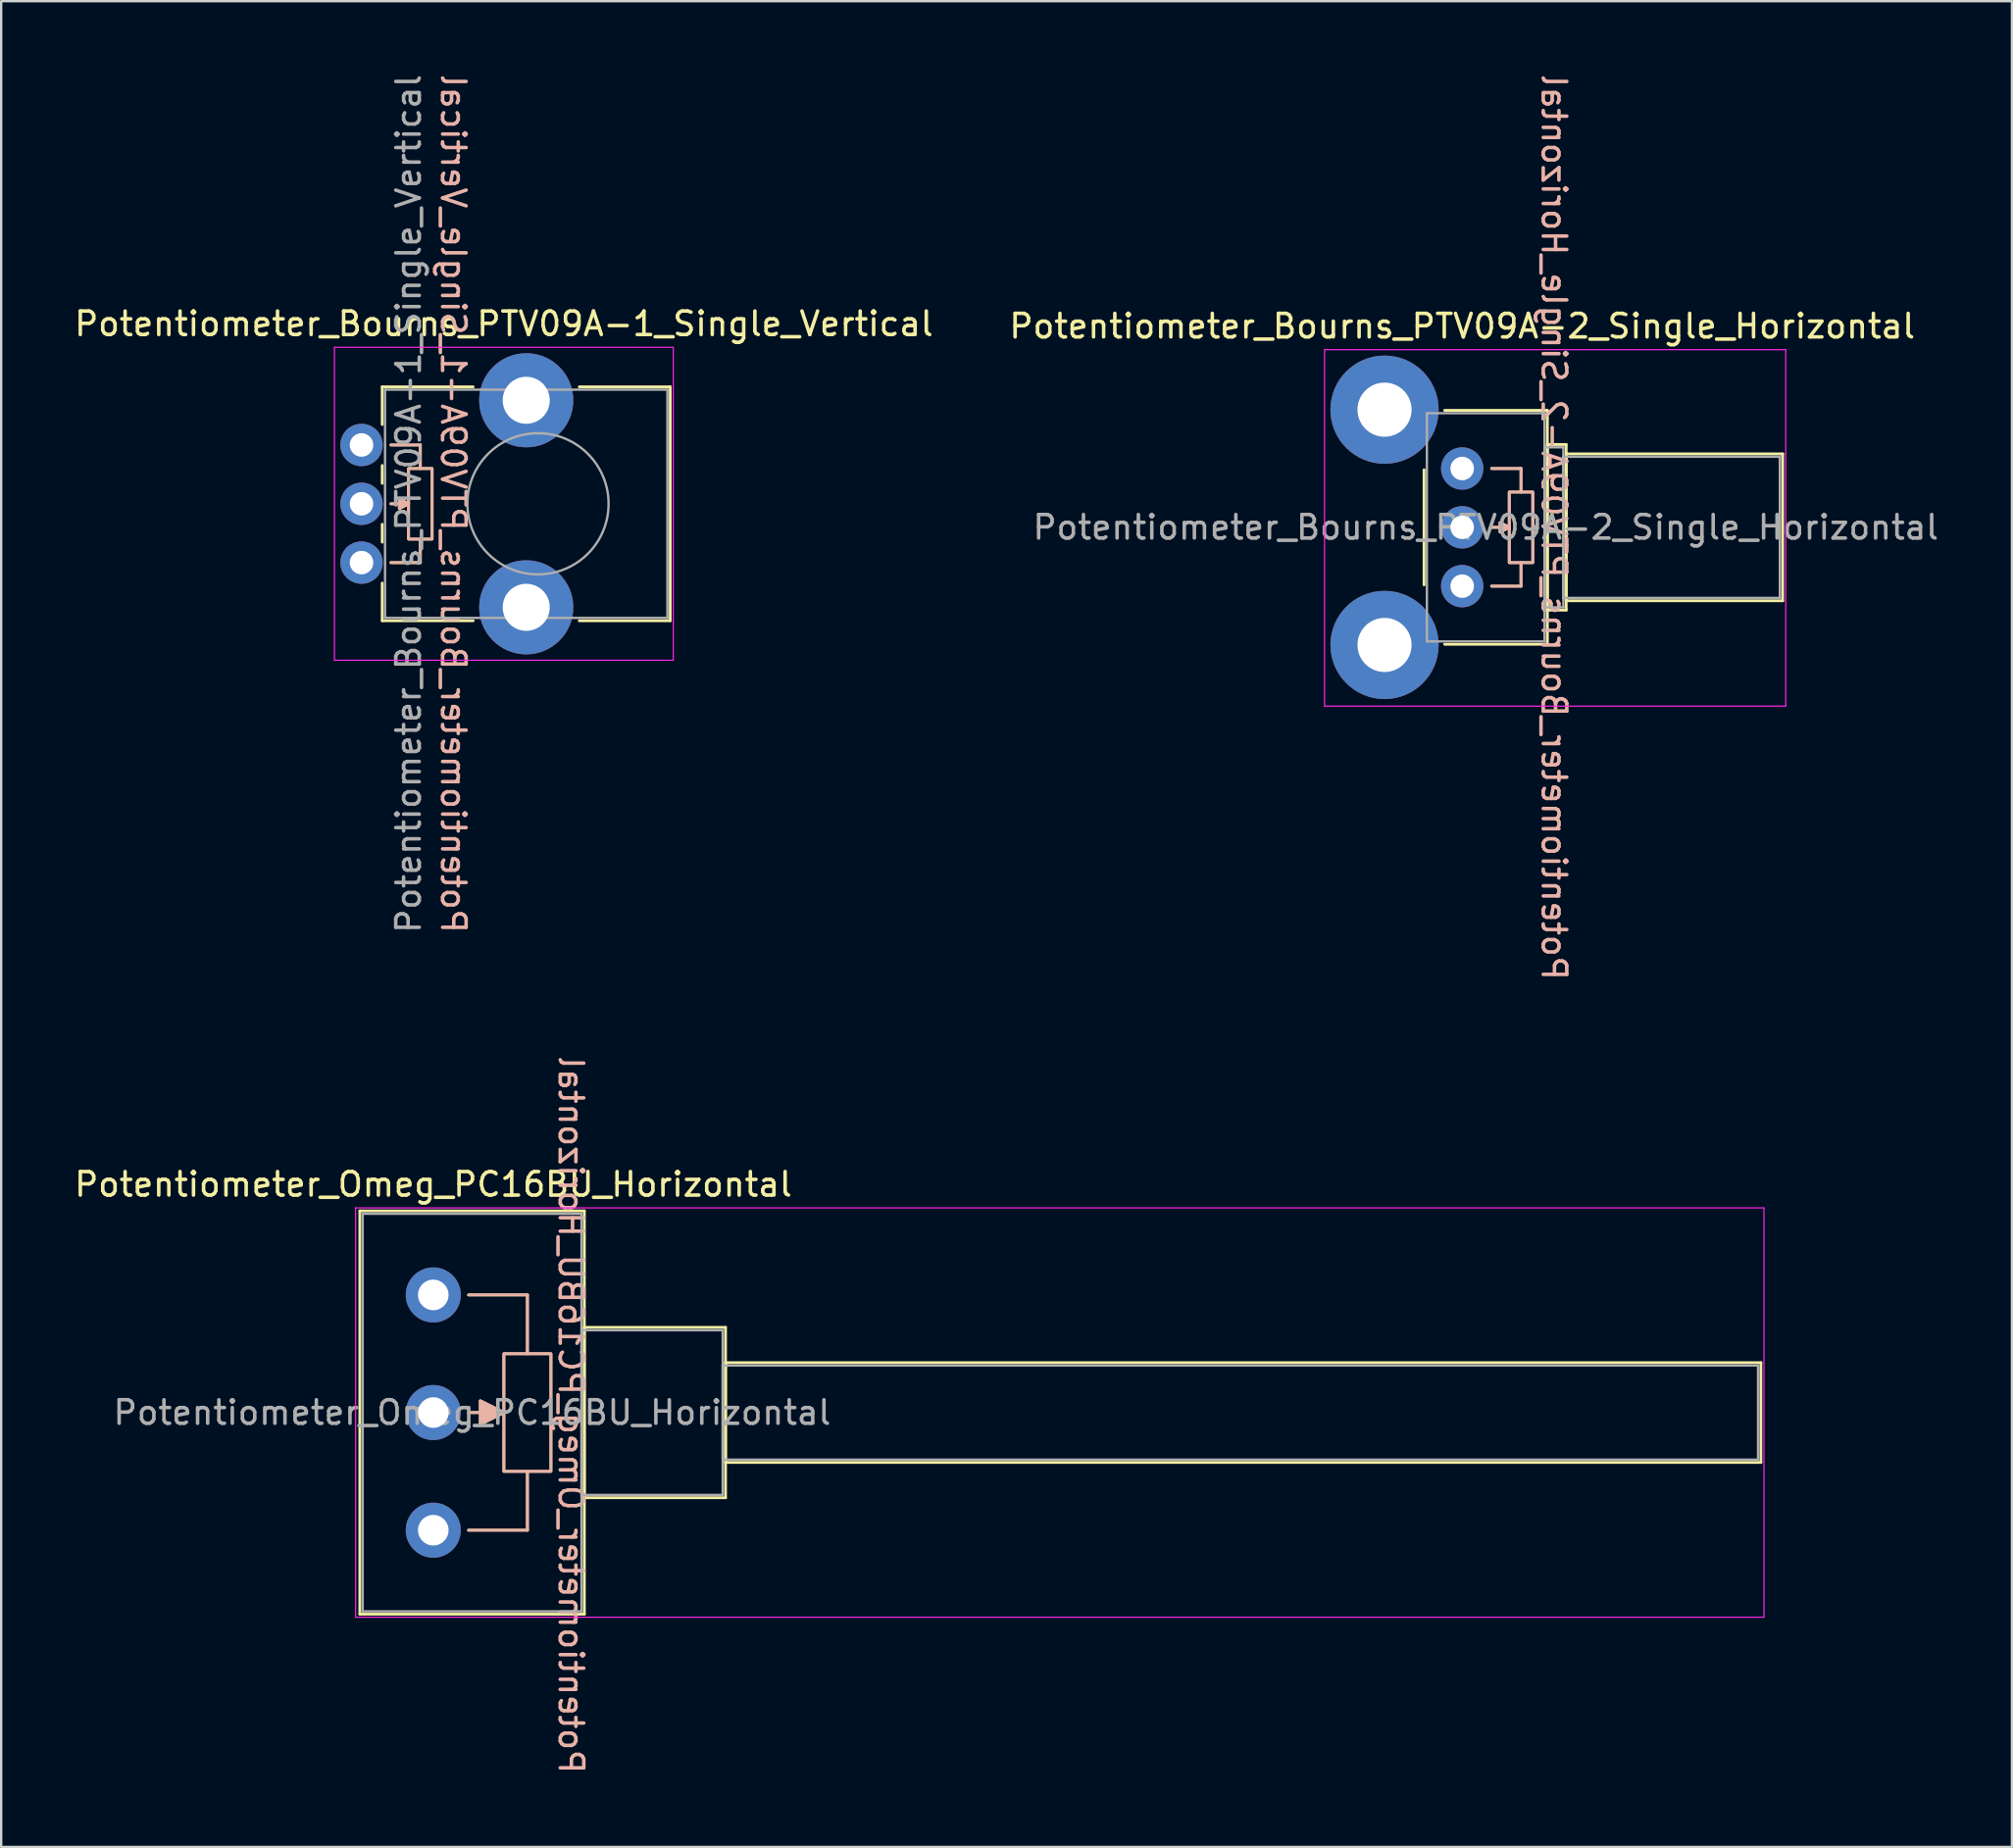
<source format=kicad_pcb>
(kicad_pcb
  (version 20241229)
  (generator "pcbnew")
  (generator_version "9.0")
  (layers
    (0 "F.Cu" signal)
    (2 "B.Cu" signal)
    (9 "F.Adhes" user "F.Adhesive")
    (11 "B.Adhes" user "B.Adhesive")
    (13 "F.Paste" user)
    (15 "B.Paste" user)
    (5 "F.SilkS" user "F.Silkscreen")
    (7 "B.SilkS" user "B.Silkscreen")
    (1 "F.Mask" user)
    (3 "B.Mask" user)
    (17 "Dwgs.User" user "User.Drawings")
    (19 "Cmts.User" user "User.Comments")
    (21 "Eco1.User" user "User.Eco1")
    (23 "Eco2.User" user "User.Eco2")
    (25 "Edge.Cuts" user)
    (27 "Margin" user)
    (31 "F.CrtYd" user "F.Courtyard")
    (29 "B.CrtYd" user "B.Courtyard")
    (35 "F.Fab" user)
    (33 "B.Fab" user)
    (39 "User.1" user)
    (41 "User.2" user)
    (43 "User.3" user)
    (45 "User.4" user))
  (footprint "Potentiometer_Bourns_PTV09A-2_Single_Horizontal"
    (layer "F.Cu")
    (at 59.089 21.863)
    (property "Reference" "Potentiometer_Bourns_PTV09A-2_Single_Horizontal" (at 0 -11.05 0) (layer "F.SilkS") (effects (font (size 1 1) (thickness 0.15))))
    (attr through_hole)
    (fp_line (start -1.62 -4.944) (end -1.62 -0.055) (stroke (width 0.12) (type solid)) (layer "F.SilkS"))
    (fp_line (start -0.745 -7.47) (end 3.62 -7.47) (stroke (width 0.12) (type solid)) (layer "F.SilkS"))
    (fp_line (start -0.745 2.47) (end 3.62 2.47) (stroke (width 0.12) (type solid)) (layer "F.SilkS"))
    (fp_line (start 2 -2.5) (end 1.25 -2.5) (stroke (width 0.12) (type solid)) (layer "F.SilkS"))
    (fp_line (start 2.5 -5) (end 1.25 -5) (stroke (width 0.12) (type solid)) (layer "F.SilkS"))
    (fp_line (start 2.5 -4) (end 2.5 -5) (stroke (width 0.12) (type solid)) (layer "F.SilkS"))
    (fp_line (start 2.5 -1) (end 2.5 0) (stroke (width 0.12) (type solid)) (layer "F.SilkS"))
    (fp_line (start 2.5 0) (end 1.25 0) (stroke (width 0.12) (type solid)) (layer "F.SilkS"))
    (fp_line (start 3.62 -7.47) (end 3.62 2.47) (stroke (width 0.12) (type solid)) (layer "F.SilkS"))
    (fp_line (start 3.62 -6.02) (end 3.62 1.02) (stroke (width 0.12) (type solid)) (layer "F.SilkS"))
    (fp_line (start 3.62 -6.02) (end 4.42 -6.02) (stroke (width 0.12) (type solid)) (layer "F.SilkS"))
    (fp_line (start 3.62 1.02) (end 4.42 1.02) (stroke (width 0.12) (type solid)) (layer "F.SilkS"))
    (fp_line (start 4.42 -6.02) (end 4.42 1.02) (stroke (width 0.12) (type solid)) (layer "F.SilkS"))
    (fp_line (start 4.42 -5.62) (end 4.42 0.62) (stroke (width 0.12) (type solid)) (layer "F.SilkS"))
    (fp_line (start 4.42 -5.62) (end 13.62 -5.62) (stroke (width 0.12) (type solid)) (layer "F.SilkS"))
    (fp_line (start 4.42 0.62) (end 13.62 0.62) (stroke (width 0.12) (type solid)) (layer "F.SilkS"))
    (fp_line (start 13.62 -5.62) (end 13.62 0.62) (stroke (width 0.12) (type solid)) (layer "F.SilkS"))
    (fp_rect (start 2 -4) (end 3 -1) (stroke (width 0.12) (type solid)) (fill no) (layer "F.SilkS"))
    (fp_poly (pts (xy 2 -2.5) (xy 1.625 -2.3) (xy 1.625 -2.7)) (stroke (width 0.12) (type solid)) (fill yes) (layer "F.SilkS"))
    (fp_line (start 1.25 -5) (end 2.5 -5) (stroke (width 0.12) (type solid)) (layer "B.SilkS"))
    (fp_line (start 1.25 -2.5) (end 2 -2.5) (stroke (width 0.12) (type solid)) (layer "B.SilkS"))
    (fp_line (start 1.25 0) (end 2.5 0) (stroke (width 0.12) (type solid)) (layer "B.SilkS"))
    (fp_line (start 2.5 -5) (end 2.5 -4) (stroke (width 0.12) (type solid)) (layer "B.SilkS"))
    (fp_line (start 2.5 0) (end 2.5 -1) (stroke (width 0.12) (type solid)) (layer "B.SilkS"))
    (fp_rect (start 2 -4) (end 3 -1) (stroke (width 0.12) (type solid)) (fill no) (layer "B.SilkS"))
    (fp_poly (pts (xy 2 -2.5) (xy 1.6 -2.3) (xy 1.6 -2.7)) (stroke (width 0.12) (type solid)) (fill yes) (layer "B.SilkS"))
    (fp_line (start -5.85 -10.05) (end -5.85 5.1) (stroke (width 0.05) (type solid)) (layer "F.CrtYd"))
    (fp_line (start -5.85 5.1) (end 13.75 5.1) (stroke (width 0.05) (type solid)) (layer "F.CrtYd"))
    (fp_line (start 13.75 -10.05) (end -5.85 -10.05) (stroke (width 0.05) (type solid)) (layer "F.CrtYd"))
    (fp_line (start 13.75 5.1) (end 13.75 -10.05) (stroke (width 0.05) (type solid)) (layer "F.CrtYd"))
    (fp_line (start -1.5 -7.35) (end -1.5 2.35) (stroke (width 0.1) (type solid)) (layer "F.Fab"))
    (fp_line (start -1.5 2.35) (end 3.5 2.35) (stroke (width 0.1) (type solid)) (layer "F.Fab"))
    (fp_line (start 3.5 -7.35) (end -1.5 -7.35) (stroke (width 0.1) (type solid)) (layer "F.Fab"))
    (fp_line (start 3.5 -5.9) (end 3.5 0.9) (stroke (width 0.1) (type solid)) (layer "F.Fab"))
    (fp_line (start 3.5 0.9) (end 4.3 0.9) (stroke (width 0.1) (type solid)) (layer "F.Fab"))
    (fp_line (start 3.5 2.35) (end 3.5 -7.35) (stroke (width 0.1) (type solid)) (layer "F.Fab"))
    (fp_line (start 4.3 -5.9) (end 3.5 -5.9) (stroke (width 0.1) (type solid)) (layer "F.Fab"))
    (fp_line (start 4.3 -5.5) (end 4.3 0.5) (stroke (width 0.1) (type solid)) (layer "F.Fab"))
    (fp_line (start 4.3 0.5) (end 13.5 0.5) (stroke (width 0.1) (type solid)) (layer "F.Fab"))
    (fp_line (start 4.3 0.9) (end 4.3 -5.9) (stroke (width 0.1) (type solid)) (layer "F.Fab"))
    (fp_line (start 13.5 -5.5) (end 4.3 -5.5) (stroke (width 0.1) (type solid)) (layer "F.Fab"))
    (fp_line (start 13.5 0.5) (end 13.5 -5.5) (stroke (width 0.1) (type solid)) (layer "F.Fab"))
    (fp_text user "${REFERENCE}" (at 3.9 -2.5 270) (unlocked yes) (layer "B.SilkS") (effects (font (size 1 1) (thickness 0.15)) (justify mirror)))
    (fp_text user "${REFERENCE}" (at 1 -2.5 0) (layer "F.Fab") (effects (font (size 1 1) (thickness 0.15))))
    (pad "" thru_hole circle (at -3.3 -7.5) (size 4.6 4.6) (drill 2.3) (layers "*.Cu" "*.Mask"))
    (pad "" thru_hole circle (at -3.3 2.5) (size 4.6 4.6) (drill 2.3) (layers "*.Cu" "*.Mask"))
    (pad "1" thru_hole circle (at 0 0) (size 1.8 1.8) (drill 1) (layers "*.Cu" "*.Mask"))
    (pad "2" thru_hole circle (at 0 -2.5) (size 1.8 1.8) (drill 1) (layers "*.Cu" "*.Mask"))
    (pad "3" thru_hole circle (at 0 -5) (size 1.8 1.8) (drill 1) (layers "*.Cu" "*.Mask")))
  (footprint "Potentiometer_Bourns_PTV09A-1_Single_Vertical"
    (layer "F.Cu")
    (at 12.313 20.863)
    (property "Reference" "Potentiometer_Bourns_PTV09A-1_Single_Vertical" (at 6.05 -10.15 0) (layer "F.SilkS") (effects (font (size 1 1) (thickness 0.15))))
    (attr through_hole)
    (fp_line (start 0.88 -7.47) (end 0.88 -5.871) (stroke (width 0.12) (type solid)) (layer "F.SilkS"))
    (fp_line (start 0.88 -7.47) (end 4.745 -7.47) (stroke (width 0.12) (type solid)) (layer "F.SilkS"))
    (fp_line (start 0.88 -4.129) (end 0.88 -3.37) (stroke (width 0.12) (type solid)) (layer "F.SilkS"))
    (fp_line (start 0.88 -1.629) (end 0.88 -0.87) (stroke (width 0.12) (type solid)) (layer "F.SilkS"))
    (fp_line (start 0.88 0.87) (end 0.88 2.47) (stroke (width 0.12) (type solid)) (layer "F.SilkS"))
    (fp_line (start 0.88 2.47) (end 4.745 2.47) (stroke (width 0.12) (type solid)) (layer "F.SilkS"))
    (fp_line (start 2 -2.5) (end 1.25 -2.5) (stroke (width 0.12) (type solid)) (layer "F.SilkS"))
    (fp_line (start 2.5 -5) (end 1.25 -5) (stroke (width 0.12) (type solid)) (layer "F.SilkS"))
    (fp_line (start 2.5 -4) (end 2.5 -5) (stroke (width 0.12) (type solid)) (layer "F.SilkS"))
    (fp_line (start 2.5 -1) (end 2.5 0) (stroke (width 0.12) (type solid)) (layer "F.SilkS"))
    (fp_line (start 2.5 0) (end 1.25 0) (stroke (width 0.12) (type solid)) (layer "F.SilkS"))
    (fp_line (start 9.255 -7.47) (end 13.12 -7.47) (stroke (width 0.12) (type solid)) (layer "F.SilkS"))
    (fp_line (start 9.255 2.47) (end 13.12 2.47) (stroke (width 0.12) (type solid)) (layer "F.SilkS"))
    (fp_line (start 13.12 -7.47) (end 13.12 2.47) (stroke (width 0.12) (type solid)) (layer "F.SilkS"))
    (fp_rect (start 2 -4) (end 3 -1) (stroke (width 0.12) (type solid)) (fill no) (layer "F.SilkS"))
    (fp_poly (pts (xy 2 -2.5) (xy 1.625 -2.3) (xy 1.625 -2.7)) (stroke (width 0.12) (type solid)) (fill yes) (layer "F.SilkS"))
    (fp_line (start 1.25 -5) (end 2.5 -5) (stroke (width 0.12) (type solid)) (layer "B.SilkS"))
    (fp_line (start 1.25 -2.5) (end 2 -2.5) (stroke (width 0.12) (type solid)) (layer "B.SilkS"))
    (fp_line (start 1.25 0) (end 2.5 0) (stroke (width 0.12) (type solid)) (layer "B.SilkS"))
    (fp_line (start 2.5 -5) (end 2.5 -4) (stroke (width 0.12) (type solid)) (layer "B.SilkS"))
    (fp_line (start 2.5 0) (end 2.5 -1) (stroke (width 0.12) (type solid)) (layer "B.SilkS"))
    (fp_rect (start 2 -4) (end 3 -1) (stroke (width 0.12) (type solid)) (fill no) (layer "B.SilkS"))
    (fp_poly (pts (xy 2 -2.5) (xy 1.6 -2.3) (xy 1.6 -2.7)) (stroke (width 0.12) (type solid)) (fill yes) (layer "B.SilkS"))
    (fp_line (start -1.15 -9.15) (end -1.15 4.15) (stroke (width 0.05) (type solid)) (layer "F.CrtYd"))
    (fp_line (start -1.15 4.15) (end 13.25 4.15) (stroke (width 0.05) (type solid)) (layer "F.CrtYd"))
    (fp_line (start 13.25 -9.15) (end -1.15 -9.15) (stroke (width 0.05) (type solid)) (layer "F.CrtYd"))
    (fp_line (start 13.25 4.15) (end 13.25 -9.15) (stroke (width 0.05) (type solid)) (layer "F.CrtYd"))
    (fp_line (start 1 -7.35) (end 1 2.35) (stroke (width 0.1) (type solid)) (layer "F.Fab"))
    (fp_line (start 1 2.35) (end 13 2.35) (stroke (width 0.1) (type solid)) (layer "F.Fab"))
    (fp_line (start 13 -7.35) (end 1 -7.35) (stroke (width 0.1) (type solid)) (layer "F.Fab"))
    (fp_line (start 13 2.35) (end 13 -7.35) (stroke (width 0.1) (type solid)) (layer "F.Fab"))
    (fp_circle (center 7.5 -2.5) (end 10.5 -2.5) (stroke (width 0.1) (type solid)) (fill no) (layer "F.Fab"))
    (fp_text user "${REFERENCE}" (at 3.9 -2.5 270) (unlocked yes) (layer "B.SilkS") (effects (font (size 1 1) (thickness 0.15)) (justify mirror)))
    (fp_text user "${REFERENCE}" (at 2 -2.5 90) (layer "F.Fab") (effects (font (size 1 1) (thickness 0.15))))
    (pad "" np_thru_hole circle (at 7 -6.9) (size 4 4) (drill 2) (layers "*.Cu" "*.Mask"))
    (pad "" np_thru_hole circle (at 7 1.9) (size 4 4) (drill 2) (layers "*.Cu" "*.Mask"))
    (pad "1" thru_hole circle (at 0 0) (size 1.8 1.8) (drill 1) (layers "*.Cu" "*.Mask"))
    (pad "2" thru_hole circle (at 0 -2.5) (size 1.8 1.8) (drill 1) (layers "*.Cu" "*.Mask"))
    (pad "3" thru_hole circle (at 0 -5) (size 1.8 1.8) (drill 1) (layers "*.Cu" "*.Mask")))
  (footprint "Potentiometer_Omeg_PC16BU_Horizontal"
    (layer "F.Cu")
    (at 15.363 61.989)
    (property "Reference" "Potentiometer_Omeg_PC16BU_Horizontal" (at 0 -14.7 0) (layer "F.SilkS") (effects (font (size 1 1) (thickness 0.15))))
    (attr through_hole)
    (fp_line (start -3.121 -13.57) (end -3.121 3.57) (stroke (width 0.12) (type solid)) (layer "F.SilkS"))
    (fp_line (start -3.121 -13.57) (end 6.42 -13.57) (stroke (width 0.12) (type solid)) (layer "F.SilkS"))
    (fp_line (start -3.121 3.57) (end 6.42 3.57) (stroke (width 0.12) (type solid)) (layer "F.SilkS"))
    (fp_line (start 1.5 0) (end 4 0) (stroke (width 0.12) (type solid)) (layer "F.SilkS"))
    (fp_line (start 3 -5) (end 1.5 -5) (stroke (width 0.12) (type solid)) (layer "F.SilkS"))
    (fp_line (start 4 -10) (end 1.5 -10) (stroke (width 0.12) (type solid)) (layer "F.SilkS"))
    (fp_line (start 4 -7.5) (end 4 -10) (stroke (width 0.12) (type solid)) (layer "F.SilkS"))
    (fp_line (start 4 0) (end 4 -2.5) (stroke (width 0.12) (type solid)) (layer "F.SilkS"))
    (fp_line (start 6.42 -13.57) (end 6.42 3.57) (stroke (width 0.12) (type solid)) (layer "F.SilkS"))
    (fp_line (start 6.42 -8.62) (end 6.42 -1.38) (stroke (width 0.12) (type solid)) (layer "F.SilkS"))
    (fp_line (start 6.42 -8.62) (end 12.42 -8.62) (stroke (width 0.12) (type solid)) (layer "F.SilkS"))
    (fp_line (start 6.42 -1.38) (end 12.42 -1.38) (stroke (width 0.12) (type solid)) (layer "F.SilkS"))
    (fp_line (start 12.42 -8.62) (end 12.42 -1.38) (stroke (width 0.12) (type solid)) (layer "F.SilkS"))
    (fp_line (start 12.42 -7.12) (end 12.42 -2.88) (stroke (width 0.12) (type solid)) (layer "F.SilkS"))
    (fp_line (start 12.42 -7.12) (end 56.42 -7.12) (stroke (width 0.12) (type solid)) (layer "F.SilkS"))
    (fp_line (start 12.42 -2.88) (end 56.42 -2.88) (stroke (width 0.12) (type solid)) (layer "F.SilkS"))
    (fp_line (start 56.42 -7.12) (end 56.42 -2.88) (stroke (width 0.12) (type solid)) (layer "F.SilkS"))
    (fp_rect (start 5 -2.5) (end 3 -7.5) (stroke (width 0.12) (type solid)) (fill no) (layer "F.SilkS"))
    (fp_poly (pts (xy 2 -5.5) (xy 3 -5) (xy 2 -4.5)) (stroke (width 0.12) (type solid)) (fill yes) (layer "F.SilkS"))
    (fp_line (start 1.5 -5) (end 2 -5) (stroke (width 0.12) (type solid)) (layer "B.SilkS"))
    (fp_line (start 4 -10) (end 1.5 -10) (stroke (width 0.12) (type solid)) (layer "B.SilkS"))
    (fp_line (start 4 -7.5) (end 4 -10) (stroke (width 0.12) (type solid)) (layer "B.SilkS"))
    (fp_line (start 4 -2.5) (end 4 0) (stroke (width 0.12) (type solid)) (layer "B.SilkS"))
    (fp_line (start 4 0) (end 1.5 0) (stroke (width 0.12) (type solid)) (layer "B.SilkS"))
    (fp_rect (start 3 -7.5) (end 5 -2.5) (stroke (width 0.12) (type solid)) (fill no) (layer "B.SilkS"))
    (fp_poly (pts (xy 3 -5) (xy 2 -4.5) (xy 2 -5.5)) (stroke (width 0.12) (type solid)) (fill yes) (layer "B.SilkS"))
    (fp_line (start -3.3 -13.7) (end -3.3 3.7) (stroke (width 0.05) (type solid)) (layer "F.CrtYd"))
    (fp_line (start -3.3 3.7) (end 56.55 3.7) (stroke (width 0.05) (type solid)) (layer "F.CrtYd"))
    (fp_line (start 56.55 -13.7) (end -3.3 -13.7) (stroke (width 0.05) (type solid)) (layer "F.CrtYd"))
    (fp_line (start 56.55 3.7) (end 56.55 -13.7) (stroke (width 0.05) (type solid)) (layer "F.CrtYd"))
    (fp_line (start -3 -13.45) (end -3 3.45) (stroke (width 0.1) (type solid)) (layer "F.Fab"))
    (fp_line (start -3 3.45) (end 6.3 3.45) (stroke (width 0.1) (type solid)) (layer "F.Fab"))
    (fp_line (start 6.3 -13.45) (end -3 -13.45) (stroke (width 0.1) (type solid)) (layer "F.Fab"))
    (fp_line (start 6.3 -8.5) (end 6.3 -1.5) (stroke (width 0.1) (type solid)) (layer "F.Fab"))
    (fp_line (start 6.3 -1.5) (end 12.3 -1.5) (stroke (width 0.1) (type solid)) (layer "F.Fab"))
    (fp_line (start 6.3 3.45) (end 6.3 -13.45) (stroke (width 0.1) (type solid)) (layer "F.Fab"))
    (fp_line (start 12.3 -8.5) (end 6.3 -8.5) (stroke (width 0.1) (type solid)) (layer "F.Fab"))
    (fp_line (start 12.3 -7) (end 12.3 -3) (stroke (width 0.1) (type solid)) (layer "F.Fab"))
    (fp_line (start 12.3 -3) (end 56.3 -3) (stroke (width 0.1) (type solid)) (layer "F.Fab"))
    (fp_line (start 12.3 -1.5) (end 12.3 -8.5) (stroke (width 0.1) (type solid)) (layer "F.Fab"))
    (fp_line (start 56.3 -7) (end 12.3 -7) (stroke (width 0.1) (type solid)) (layer "F.Fab"))
    (fp_line (start 56.3 -3) (end 56.3 -7) (stroke (width 0.1) (type solid)) (layer "F.Fab"))
    (fp_text user "${REFERENCE}" (at 5.85 -4.9 270) (unlocked yes) (layer "B.SilkS") (effects (font (size 1 1) (thickness 0.15)) (justify mirror)))
    (fp_text user "${REFERENCE}" (at 1.65 -5 0) (layer "F.Fab") (effects (font (size 1 1) (thickness 0.15))))
    (pad "1" thru_hole circle (at 0 0) (size 2.34 2.34) (drill 1.3) (layers "*.Cu" "*.Mask"))
    (pad "2" thru_hole circle (at 0 -5) (size 2.34 2.34) (drill 1.3) (layers "*.Cu" "*.Mask"))
    (pad "3" thru_hole circle (at 0 -10) (size 2.34 2.34) (drill 1.3) (layers "*.Cu" "*.Mask")))
  (gr_rect
    (start -3 -3)
    (end 82.452 75.452)
    (stroke (width 0.1) (type default))
    (fill no)
    (layer "Edge.Cuts")))
</source>
